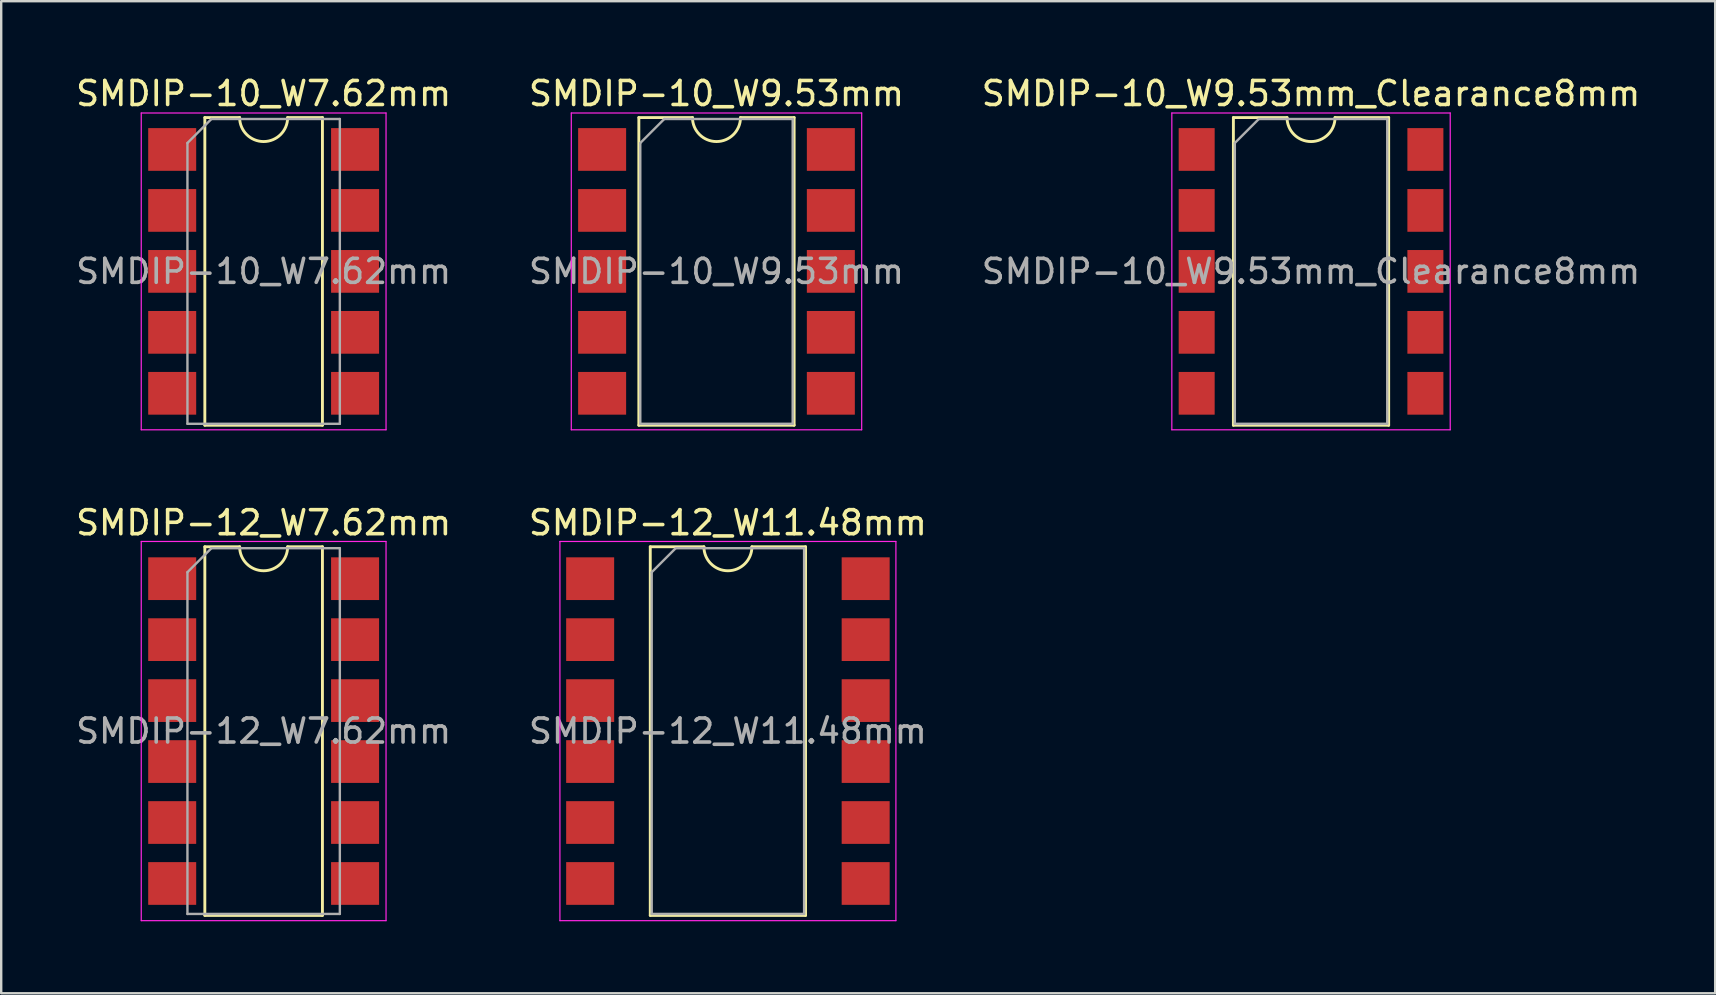
<source format=kicad_pcb>
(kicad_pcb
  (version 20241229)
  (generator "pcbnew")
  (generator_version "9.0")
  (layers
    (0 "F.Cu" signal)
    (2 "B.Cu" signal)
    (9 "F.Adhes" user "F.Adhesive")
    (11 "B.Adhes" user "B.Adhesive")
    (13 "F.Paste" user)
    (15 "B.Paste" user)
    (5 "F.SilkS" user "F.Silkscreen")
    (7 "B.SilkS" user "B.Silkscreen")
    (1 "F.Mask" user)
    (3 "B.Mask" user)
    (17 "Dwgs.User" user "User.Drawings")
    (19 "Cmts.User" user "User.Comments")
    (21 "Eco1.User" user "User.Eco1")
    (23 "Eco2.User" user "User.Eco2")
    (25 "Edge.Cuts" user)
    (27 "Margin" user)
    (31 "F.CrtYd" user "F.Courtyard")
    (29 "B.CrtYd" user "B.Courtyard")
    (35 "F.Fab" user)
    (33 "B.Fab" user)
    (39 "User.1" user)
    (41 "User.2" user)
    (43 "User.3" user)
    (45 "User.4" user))
  (footprint "SMDIP-12_W11.48mm"
    (layer "F.Cu")
    (at 27.28 27.412)
    (property "Reference" "SMDIP-12_W11.48mm" (at 0 -8.68 0) (layer "F.SilkS") (effects (font (size 1 1) (thickness 0.15))))
    (attr smd)
    (fp_line (start -3.235 -7.68) (end -3.235 7.68) (stroke (width 0.12) (type solid)) (layer "F.SilkS"))
    (fp_line (start -3.235 7.68) (end 3.235 7.68) (stroke (width 0.12) (type solid)) (layer "F.SilkS"))
    (fp_line (start -1 -7.68) (end -3.235 -7.68) (stroke (width 0.12) (type solid)) (layer "F.SilkS"))
    (fp_line (start 3.235 -7.68) (end 1 -7.68) (stroke (width 0.12) (type solid)) (layer "F.SilkS"))
    (fp_line (start 3.235 7.68) (end 3.235 -7.68) (stroke (width 0.12) (type solid)) (layer "F.SilkS"))
    (fp_arc (start 1 -7.68) (mid 0 -6.68) (end -1 -7.68) (stroke (width 0.12) (type solid)) (layer "F.SilkS"))
    (fp_line (start -7 -7.9) (end -7 7.9) (stroke (width 0.05) (type solid)) (layer "F.CrtYd"))
    (fp_line (start -7 7.9) (end 7 7.9) (stroke (width 0.05) (type solid)) (layer "F.CrtYd"))
    (fp_line (start 7 -7.9) (end -7 -7.9) (stroke (width 0.05) (type solid)) (layer "F.CrtYd"))
    (fp_line (start 7 7.9) (end 7 -7.9) (stroke (width 0.05) (type solid)) (layer "F.CrtYd"))
    (fp_line (start -3.175 -6.62) (end -2.175 -7.62) (stroke (width 0.1) (type solid)) (layer "F.Fab"))
    (fp_line (start -3.175 7.62) (end -3.175 -6.62) (stroke (width 0.1) (type solid)) (layer "F.Fab"))
    (fp_line (start -2.175 -7.62) (end 3.175 -7.62) (stroke (width 0.1) (type solid)) (layer "F.Fab"))
    (fp_line (start 3.175 -7.62) (end 3.175 7.62) (stroke (width 0.1) (type solid)) (layer "F.Fab"))
    (fp_line (start 3.175 7.62) (end -3.175 7.62) (stroke (width 0.1) (type solid)) (layer "F.Fab"))
    (fp_text user "${REFERENCE}" (at 0 0 0) (layer "F.Fab") (effects (font (size 1 1) (thickness 0.15))))
    (pad "1" smd rect (at -5.74 -6.35) (size 2 1.78) (layers "F.Cu" "F.Mask" "F.Paste"))
    (pad "2" smd rect (at -5.74 -3.81) (size 2 1.78) (layers "F.Cu" "F.Mask" "F.Paste"))
    (pad "3" smd rect (at -5.74 -1.27) (size 2 1.78) (layers "F.Cu" "F.Mask" "F.Paste"))
    (pad "4" smd rect (at -5.74 1.27) (size 2 1.78) (layers "F.Cu" "F.Mask" "F.Paste"))
    (pad "5" smd rect (at -5.74 3.81) (size 2 1.78) (layers "F.Cu" "F.Mask" "F.Paste"))
    (pad "6" smd rect (at -5.74 6.35) (size 2 1.78) (layers "F.Cu" "F.Mask" "F.Paste"))
    (pad "7" smd rect (at 5.74 6.35) (size 2 1.78) (layers "F.Cu" "F.Mask" "F.Paste"))
    (pad "8" smd rect (at 5.74 3.81) (size 2 1.78) (layers "F.Cu" "F.Mask" "F.Paste"))
    (pad "9" smd rect (at 5.74 1.27) (size 2 1.78) (layers "F.Cu" "F.Mask" "F.Paste"))
    (pad "10" smd rect (at 5.74 -1.27) (size 2 1.78) (layers "F.Cu" "F.Mask" "F.Paste"))
    (pad "11" smd rect (at 5.74 -3.81) (size 2 1.78) (layers "F.Cu" "F.Mask" "F.Paste"))
    (pad "12" smd rect (at 5.74 -6.35) (size 2 1.78) (layers "F.Cu" "F.Mask" "F.Paste")))
  (footprint "SMDIP-10_W9.53mm"
    (layer "F.Cu")
    (at 26.804 8.258)
    (property "Reference" "SMDIP-10_W9.53mm" (at 0 -7.41 0) (layer "F.SilkS") (effects (font (size 1 1) (thickness 0.15))))
    (attr smd)
    (fp_line (start -3.235 -6.41) (end -3.235 6.41) (stroke (width 0.12) (type solid)) (layer "F.SilkS"))
    (fp_line (start -3.235 6.41) (end 3.235 6.41) (stroke (width 0.12) (type solid)) (layer "F.SilkS"))
    (fp_line (start -1 -6.41) (end -3.235 -6.41) (stroke (width 0.12) (type solid)) (layer "F.SilkS"))
    (fp_line (start 3.235 -6.41) (end 1 -6.41) (stroke (width 0.12) (type solid)) (layer "F.SilkS"))
    (fp_line (start 3.235 6.41) (end 3.235 -6.41) (stroke (width 0.12) (type solid)) (layer "F.SilkS"))
    (fp_arc (start 1 -6.41) (mid 0 -5.41) (end -1 -6.41) (stroke (width 0.12) (type solid)) (layer "F.SilkS"))
    (fp_line (start -6.05 -6.6) (end -6.05 6.6) (stroke (width 0.05) (type solid)) (layer "F.CrtYd"))
    (fp_line (start -6.05 6.6) (end 6.05 6.6) (stroke (width 0.05) (type solid)) (layer "F.CrtYd"))
    (fp_line (start 6.05 -6.6) (end -6.05 -6.6) (stroke (width 0.05) (type solid)) (layer "F.CrtYd"))
    (fp_line (start 6.05 6.6) (end 6.05 -6.6) (stroke (width 0.05) (type solid)) (layer "F.CrtYd"))
    (fp_line (start -3.175 -5.35) (end -2.175 -6.35) (stroke (width 0.1) (type solid)) (layer "F.Fab"))
    (fp_line (start -3.175 6.35) (end -3.175 -5.35) (stroke (width 0.1) (type solid)) (layer "F.Fab"))
    (fp_line (start -2.175 -6.35) (end 3.175 -6.35) (stroke (width 0.1) (type solid)) (layer "F.Fab"))
    (fp_line (start 3.175 -6.35) (end 3.175 6.35) (stroke (width 0.1) (type solid)) (layer "F.Fab"))
    (fp_line (start 3.175 6.35) (end -3.175 6.35) (stroke (width 0.1) (type solid)) (layer "F.Fab"))
    (fp_text user "${REFERENCE}" (at 0 0 0) (layer "F.Fab") (effects (font (size 1 1) (thickness 0.15))))
    (pad "1" smd rect (at -4.765 -5.08) (size 2 1.78) (layers "F.Cu" "F.Mask" "F.Paste"))
    (pad "2" smd rect (at -4.765 -2.54) (size 2 1.78) (layers "F.Cu" "F.Mask" "F.Paste"))
    (pad "3" smd rect (at -4.765 0) (size 2 1.78) (layers "F.Cu" "F.Mask" "F.Paste"))
    (pad "4" smd rect (at -4.765 2.54) (size 2 1.78) (layers "F.Cu" "F.Mask" "F.Paste"))
    (pad "5" smd rect (at -4.765 5.08) (size 2 1.78) (layers "F.Cu" "F.Mask" "F.Paste"))
    (pad "6" smd rect (at 4.765 5.08) (size 2 1.78) (layers "F.Cu" "F.Mask" "F.Paste"))
    (pad "7" smd rect (at 4.765 2.54) (size 2 1.78) (layers "F.Cu" "F.Mask" "F.Paste"))
    (pad "8" smd rect (at 4.765 0) (size 2 1.78) (layers "F.Cu" "F.Mask" "F.Paste"))
    (pad "9" smd rect (at 4.765 -2.54) (size 2 1.78) (layers "F.Cu" "F.Mask" "F.Paste"))
    (pad "10" smd rect (at 4.765 -5.08) (size 2 1.78) (layers "F.Cu" "F.Mask" "F.Paste")))
  (footprint "SMDIP-10_W9.53mm_Clearance8mm"
    (layer "F.Cu")
    (at 51.577 8.258)
    (property "Reference" "SMDIP-10_W9.53mm_Clearance8mm" (at 0 -7.41 0) (layer "F.SilkS") (effects (font (size 1 1) (thickness 0.15))))
    (attr smd)
    (fp_line (start -3.235 -6.41) (end -3.235 6.41) (stroke (width 0.12) (type solid)) (layer "F.SilkS"))
    (fp_line (start -3.235 6.41) (end 3.235 6.41) (stroke (width 0.12) (type solid)) (layer "F.SilkS"))
    (fp_line (start -1 -6.41) (end -3.235 -6.41) (stroke (width 0.12) (type solid)) (layer "F.SilkS"))
    (fp_line (start 3.235 -6.41) (end 1 -6.41) (stroke (width 0.12) (type solid)) (layer "F.SilkS"))
    (fp_line (start 3.235 6.41) (end 3.235 -6.41) (stroke (width 0.12) (type solid)) (layer "F.SilkS"))
    (fp_arc (start 1 -6.41) (mid 0 -5.41) (end -1 -6.41) (stroke (width 0.12) (type solid)) (layer "F.SilkS"))
    (fp_line (start -5.8 -6.6) (end -5.8 6.6) (stroke (width 0.05) (type solid)) (layer "F.CrtYd"))
    (fp_line (start -5.8 6.6) (end 5.8 6.6) (stroke (width 0.05) (type solid)) (layer "F.CrtYd"))
    (fp_line (start 5.8 -6.6) (end -5.8 -6.6) (stroke (width 0.05) (type solid)) (layer "F.CrtYd"))
    (fp_line (start 5.8 6.6) (end 5.8 -6.6) (stroke (width 0.05) (type solid)) (layer "F.CrtYd"))
    (fp_line (start -3.175 -5.35) (end -2.175 -6.35) (stroke (width 0.1) (type solid)) (layer "F.Fab"))
    (fp_line (start -3.175 6.35) (end -3.175 -5.35) (stroke (width 0.1) (type solid)) (layer "F.Fab"))
    (fp_line (start -2.175 -6.35) (end 3.175 -6.35) (stroke (width 0.1) (type solid)) (layer "F.Fab"))
    (fp_line (start 3.175 -6.35) (end 3.175 6.35) (stroke (width 0.1) (type solid)) (layer "F.Fab"))
    (fp_line (start 3.175 6.35) (end -3.175 6.35) (stroke (width 0.1) (type solid)) (layer "F.Fab"))
    (fp_text user "${REFERENCE}" (at 0 0 0) (layer "F.Fab") (effects (font (size 1 1) (thickness 0.15))))
    (pad "1" smd rect (at -4.765 -5.08) (size 1.5 1.78) (layers "F.Cu" "F.Mask" "F.Paste"))
    (pad "2" smd rect (at -4.765 -2.54) (size 1.5 1.78) (layers "F.Cu" "F.Mask" "F.Paste"))
    (pad "3" smd rect (at -4.765 0) (size 1.5 1.78) (layers "F.Cu" "F.Mask" "F.Paste"))
    (pad "4" smd rect (at -4.765 2.54) (size 1.5 1.78) (layers "F.Cu" "F.Mask" "F.Paste"))
    (pad "5" smd rect (at -4.765 5.08) (size 1.5 1.78) (layers "F.Cu" "F.Mask" "F.Paste"))
    (pad "6" smd rect (at 4.765 5.08) (size 1.5 1.78) (layers "F.Cu" "F.Mask" "F.Paste"))
    (pad "7" smd rect (at 4.765 2.54) (size 1.5 1.78) (layers "F.Cu" "F.Mask" "F.Paste"))
    (pad "8" smd rect (at 4.765 0) (size 1.5 1.78) (layers "F.Cu" "F.Mask" "F.Paste"))
    (pad "9" smd rect (at 4.765 -2.54) (size 1.5 1.78) (layers "F.Cu" "F.Mask" "F.Paste"))
    (pad "10" smd rect (at 4.765 -5.08) (size 1.5 1.78) (layers "F.Cu" "F.Mask" "F.Paste")))
  (footprint "SMDIP-10_W7.62mm"
    (layer "F.Cu")
    (at 7.935 8.258)
    (property "Reference" "SMDIP-10_W7.62mm" (at 0 -7.41 0) (layer "F.SilkS") (effects (font (size 1 1) (thickness 0.15))))
    (attr smd)
    (fp_line (start -2.45 -6.41) (end -2.45 6.41) (stroke (width 0.12) (type solid)) (layer "F.SilkS"))
    (fp_line (start -2.45 6.41) (end 2.45 6.41) (stroke (width 0.12) (type solid)) (layer "F.SilkS"))
    (fp_line (start -1 -6.41) (end -2.45 -6.41) (stroke (width 0.12) (type solid)) (layer "F.SilkS"))
    (fp_line (start 2.45 -6.41) (end 1 -6.41) (stroke (width 0.12) (type solid)) (layer "F.SilkS"))
    (fp_line (start 2.45 6.41) (end 2.45 -6.41) (stroke (width 0.12) (type solid)) (layer "F.SilkS"))
    (fp_arc (start 1 -6.41) (mid 0 -5.41) (end -1 -6.41) (stroke (width 0.12) (type solid)) (layer "F.SilkS"))
    (fp_line (start -5.1 -6.6) (end -5.1 6.6) (stroke (width 0.05) (type solid)) (layer "F.CrtYd"))
    (fp_line (start -5.1 6.6) (end 5.1 6.6) (stroke (width 0.05) (type solid)) (layer "F.CrtYd"))
    (fp_line (start 5.1 -6.6) (end -5.1 -6.6) (stroke (width 0.05) (type solid)) (layer "F.CrtYd"))
    (fp_line (start 5.1 6.6) (end 5.1 -6.6) (stroke (width 0.05) (type solid)) (layer "F.CrtYd"))
    (fp_line (start -3.175 -5.35) (end -2.175 -6.35) (stroke (width 0.1) (type solid)) (layer "F.Fab"))
    (fp_line (start -3.175 6.35) (end -3.175 -5.35) (stroke (width 0.1) (type solid)) (layer "F.Fab"))
    (fp_line (start -2.175 -6.35) (end 3.175 -6.35) (stroke (width 0.1) (type solid)) (layer "F.Fab"))
    (fp_line (start 3.175 -6.35) (end 3.175 6.35) (stroke (width 0.1) (type solid)) (layer "F.Fab"))
    (fp_line (start 3.175 6.35) (end -3.175 6.35) (stroke (width 0.1) (type solid)) (layer "F.Fab"))
    (fp_text user "${REFERENCE}" (at 0 0 0) (layer "F.Fab") (effects (font (size 1 1) (thickness 0.15))))
    (pad "1" smd rect (at -3.81 -5.08) (size 2 1.78) (layers "F.Cu" "F.Mask" "F.Paste"))
    (pad "2" smd rect (at -3.81 -2.54) (size 2 1.78) (layers "F.Cu" "F.Mask" "F.Paste"))
    (pad "3" smd rect (at -3.81 0) (size 2 1.78) (layers "F.Cu" "F.Mask" "F.Paste"))
    (pad "4" smd rect (at -3.81 2.54) (size 2 1.78) (layers "F.Cu" "F.Mask" "F.Paste"))
    (pad "5" smd rect (at -3.81 5.08) (size 2 1.78) (layers "F.Cu" "F.Mask" "F.Paste"))
    (pad "6" smd rect (at 3.81 5.08) (size 2 1.78) (layers "F.Cu" "F.Mask" "F.Paste"))
    (pad "7" smd rect (at 3.81 2.54) (size 2 1.78) (layers "F.Cu" "F.Mask" "F.Paste"))
    (pad "8" smd rect (at 3.81 0) (size 2 1.78) (layers "F.Cu" "F.Mask" "F.Paste"))
    (pad "9" smd rect (at 3.81 -2.54) (size 2 1.78) (layers "F.Cu" "F.Mask" "F.Paste"))
    (pad "10" smd rect (at 3.81 -5.08) (size 2 1.78) (layers "F.Cu" "F.Mask" "F.Paste")))
  (footprint "SMDIP-12_W7.62mm"
    (layer "F.Cu")
    (at 7.935 27.412)
    (property "Reference" "SMDIP-12_W7.62mm" (at 0 -8.68 0) (layer "F.SilkS") (effects (font (size 1 1) (thickness 0.15))))
    (attr smd)
    (fp_line (start -2.45 -7.68) (end -2.45 7.68) (stroke (width 0.12) (type solid)) (layer "F.SilkS"))
    (fp_line (start -2.45 7.68) (end 2.45 7.68) (stroke (width 0.12) (type solid)) (layer "F.SilkS"))
    (fp_line (start -1 -7.68) (end -2.45 -7.68) (stroke (width 0.12) (type solid)) (layer "F.SilkS"))
    (fp_line (start 2.45 -7.68) (end 1 -7.68) (stroke (width 0.12) (type solid)) (layer "F.SilkS"))
    (fp_line (start 2.45 7.68) (end 2.45 -7.68) (stroke (width 0.12) (type solid)) (layer "F.SilkS"))
    (fp_arc (start 1 -7.68) (mid 0 -6.68) (end -1 -7.68) (stroke (width 0.12) (type solid)) (layer "F.SilkS"))
    (fp_line (start -5.1 -7.9) (end -5.1 7.9) (stroke (width 0.05) (type solid)) (layer "F.CrtYd"))
    (fp_line (start -5.1 7.9) (end 5.1 7.9) (stroke (width 0.05) (type solid)) (layer "F.CrtYd"))
    (fp_line (start 5.1 -7.9) (end -5.1 -7.9) (stroke (width 0.05) (type solid)) (layer "F.CrtYd"))
    (fp_line (start 5.1 7.9) (end 5.1 -7.9) (stroke (width 0.05) (type solid)) (layer "F.CrtYd"))
    (fp_line (start -3.175 -6.62) (end -2.175 -7.62) (stroke (width 0.1) (type solid)) (layer "F.Fab"))
    (fp_line (start -3.175 7.62) (end -3.175 -6.62) (stroke (width 0.1) (type solid)) (layer "F.Fab"))
    (fp_line (start -2.175 -7.62) (end 3.175 -7.62) (stroke (width 0.1) (type solid)) (layer "F.Fab"))
    (fp_line (start 3.175 -7.62) (end 3.175 7.62) (stroke (width 0.1) (type solid)) (layer "F.Fab"))
    (fp_line (start 3.175 7.62) (end -3.175 7.62) (stroke (width 0.1) (type solid)) (layer "F.Fab"))
    (fp_text user "${REFERENCE}" (at 0 0 0) (layer "F.Fab") (effects (font (size 1 1) (thickness 0.15))))
    (pad "1" smd rect (at -3.81 -6.35) (size 2 1.78) (layers "F.Cu" "F.Mask" "F.Paste"))
    (pad "2" smd rect (at -3.81 -3.81) (size 2 1.78) (layers "F.Cu" "F.Mask" "F.Paste"))
    (pad "3" smd rect (at -3.81 -1.27) (size 2 1.78) (layers "F.Cu" "F.Mask" "F.Paste"))
    (pad "4" smd rect (at -3.81 1.27) (size 2 1.78) (layers "F.Cu" "F.Mask" "F.Paste"))
    (pad "5" smd rect (at -3.81 3.81) (size 2 1.78) (layers "F.Cu" "F.Mask" "F.Paste"))
    (pad "6" smd rect (at -3.81 6.35) (size 2 1.78) (layers "F.Cu" "F.Mask" "F.Paste"))
    (pad "7" smd rect (at 3.81 6.35) (size 2 1.78) (layers "F.Cu" "F.Mask" "F.Paste"))
    (pad "8" smd rect (at 3.81 3.81) (size 2 1.78) (layers "F.Cu" "F.Mask" "F.Paste"))
    (pad "9" smd rect (at 3.81 1.27) (size 2 1.78) (layers "F.Cu" "F.Mask" "F.Paste"))
    (pad "10" smd rect (at 3.81 -1.27) (size 2 1.78) (layers "F.Cu" "F.Mask" "F.Paste"))
    (pad "11" smd rect (at 3.81 -3.81) (size 2 1.78) (layers "F.Cu" "F.Mask" "F.Paste"))
    (pad "12" smd rect (at 3.81 -6.35) (size 2 1.78) (layers "F.Cu" "F.Mask" "F.Paste")))
  (gr_rect
    (start -3 -3)
    (end 68.417 38.337)
    (stroke (width 0.1) (type default))
    (fill no)
    (layer "Edge.Cuts")))
</source>
